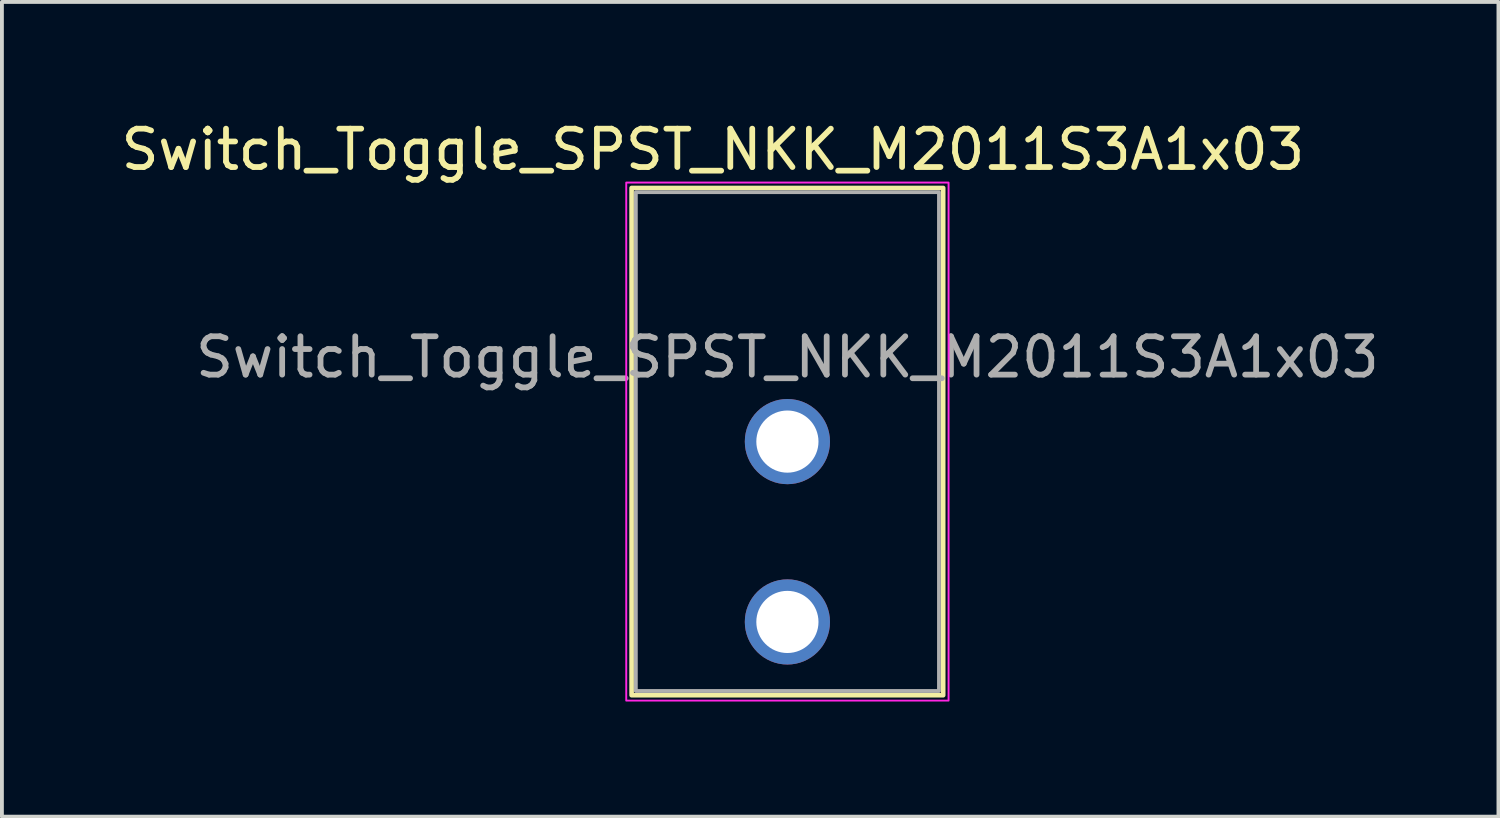
<source format=kicad_pcb>
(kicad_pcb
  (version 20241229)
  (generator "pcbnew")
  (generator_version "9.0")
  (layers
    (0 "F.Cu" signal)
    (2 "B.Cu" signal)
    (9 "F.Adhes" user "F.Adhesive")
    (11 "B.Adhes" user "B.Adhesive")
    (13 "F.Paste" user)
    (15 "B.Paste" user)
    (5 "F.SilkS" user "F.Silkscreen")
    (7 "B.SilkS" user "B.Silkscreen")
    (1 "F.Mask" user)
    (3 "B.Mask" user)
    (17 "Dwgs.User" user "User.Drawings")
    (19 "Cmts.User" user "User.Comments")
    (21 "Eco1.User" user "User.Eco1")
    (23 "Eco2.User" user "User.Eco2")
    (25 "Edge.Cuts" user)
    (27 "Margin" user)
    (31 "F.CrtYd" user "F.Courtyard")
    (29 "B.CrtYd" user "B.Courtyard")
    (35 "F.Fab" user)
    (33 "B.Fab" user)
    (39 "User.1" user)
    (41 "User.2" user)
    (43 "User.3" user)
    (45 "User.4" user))
  (footprint "Switch_Toggle_SPST_NKK_M2011S3A1x03"
    (layer "F.Cu")
    (at 17.47 3.758)
    (property "Reference" "Switch_Toggle_SPST_NKK_M2011S3A1x03" (at -1.94 -2.91 0) (unlocked yes) (layer "F.SilkS") (effects (font (size 1 1) (thickness 0.15))))
    (attr through_hole)
    (fp_rect (start -4.06 -1.91) (end 4.06 11.31) (stroke (width 0.12) (type solid)) (fill no) (layer "F.SilkS"))
    (fp_rect (start -4.2 -2.05) (end 4.2 11.45) (stroke (width 0.05) (type solid)) (fill no) (layer "F.CrtYd"))
    (fp_rect (start -3.95 -1.8) (end 3.95 11.2) (stroke (width 0.1) (type solid)) (fill no) (layer "F.Fab"))
    (fp_text user "${REFERENCE}" (at 0 2.5 0) (unlocked yes) (layer "F.Fab") (effects (font (size 1 1) (thickness 0.15))))
    (pad "2" thru_hole circle (at 0 4.7) (size 2.22 2.22) (drill 1.62) (layers "*.Cu" "*.Mask"))
    (pad "3" thru_hole circle (at 0 9.4) (size 2.22 2.22) (drill 1.62) (layers "*.Cu" "*.Mask")))
  (gr_rect
    (start -3 -3)
    (end 36 18.233)
    (stroke (width 0.1) (type default))
    (fill no)
    (layer "Edge.Cuts")))
</source>
